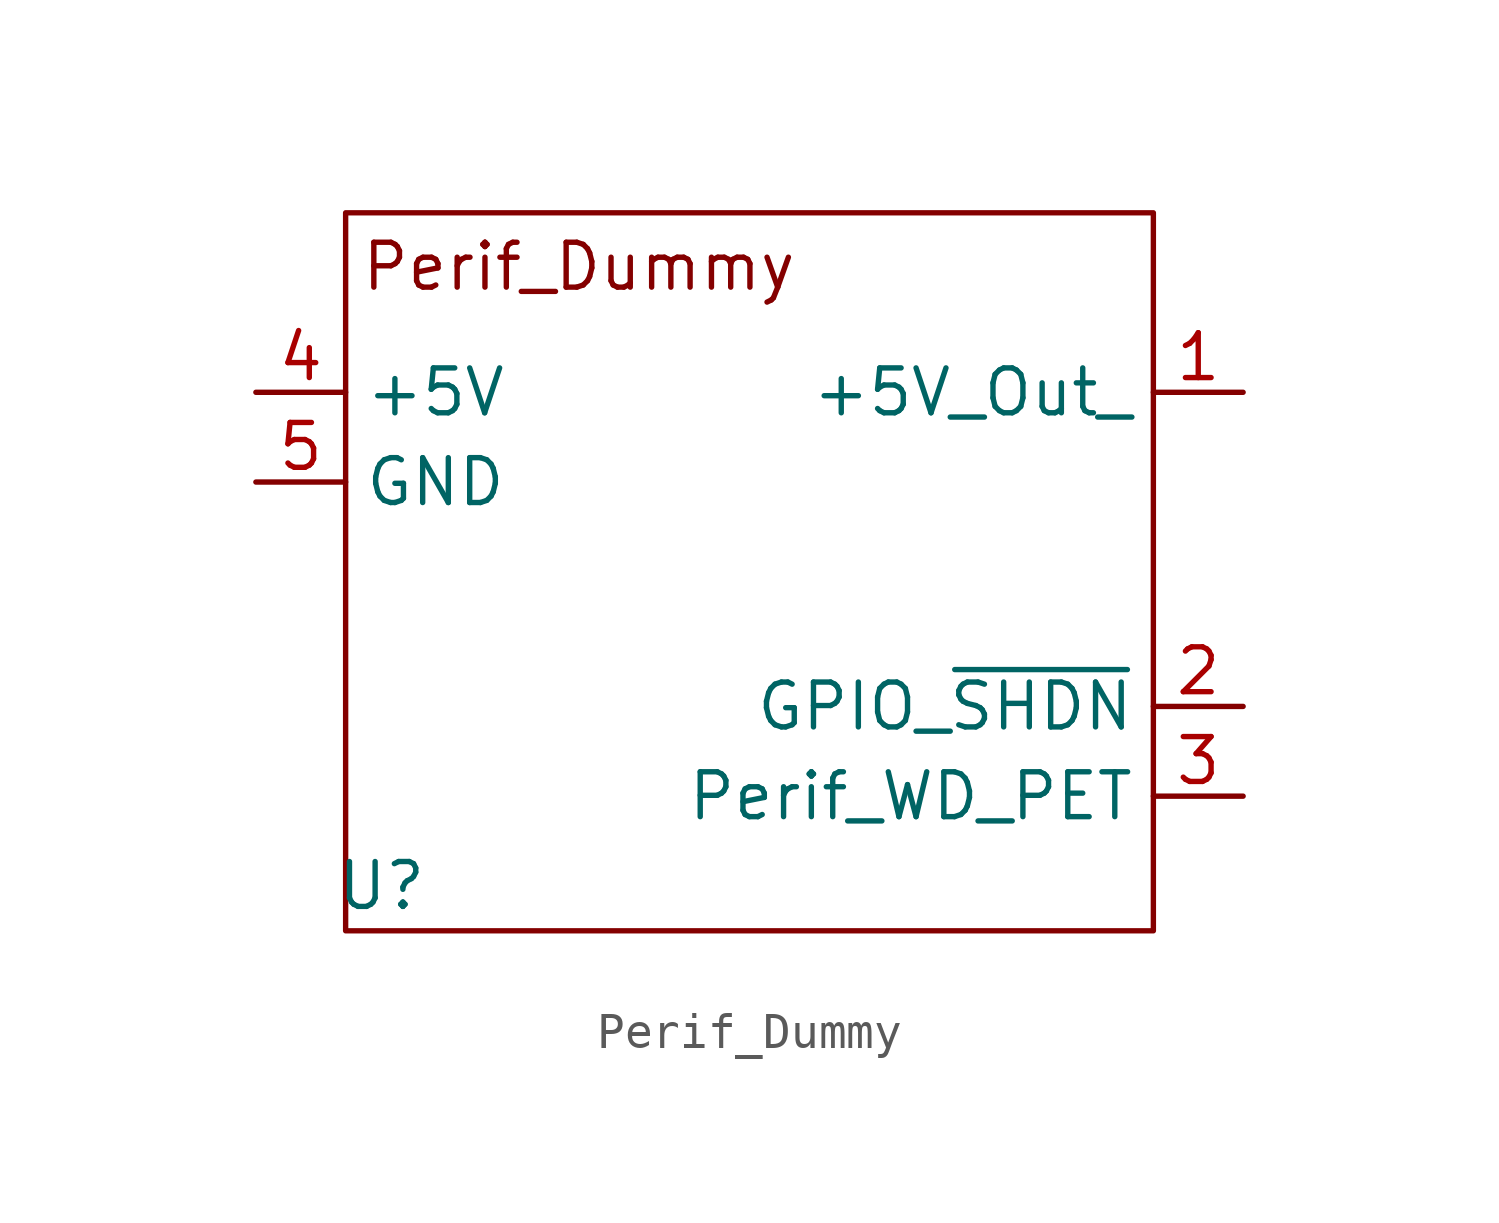
<source format=kicad_sym>
(kicad_symbol_lib
  (version 20241209)
  (generator "kicad_symbol_editor")
  (generator_version "9.0")
  (symbol "Perif_Dummy"
    (property "Reference" "U"
      (at -10.414 -8.89 0)
      (effects (font (size 1.27 1.27))))
    (property "Value" ""
      (at 0 0 0)
      (effects (font (size 1.27 1.27))))
    (symbol "Perif_Dummy_0_1"
      (rectangle (start -11.43 10.16) (end 11.43 -10.16) (stroke (width 0) (type default)) (fill (type none))))
    (symbol "Perif_Dummy_1_1"
      (text "Perif_Dummy\n" (at -4.826 8.636 0) (effects (font (size 1.27 1.27))))
      (pin power_in line (at -13.97 5.08 0) (length 2.54) (name "+5V" (effects (font (size 1.27 1.27)))) (number "4" (effects (font (size 1.27 1.27)))))
      (pin power_in line (at -13.97 2.54 0) (length 2.54) (name "GND" (effects (font (size 1.27 1.27)))) (number "5" (effects (font (size 1.27 1.27)))))
      (pin power_out line (at 13.97 5.08 180) (length 2.54) (name "+5V_Out_" (effects (font (size 1.27 1.27)))) (number "1" (effects (font (size 1.27 1.27)))))
      (pin output line (at 13.97 -3.81 180) (length 2.54) (name "GPIO_~{SHDN}" (effects (font (size 1.27 1.27)))) (number "2" (effects (font (size 1.27 1.27)))))
      (pin output line (at 13.97 -6.35 180) (length 2.54) (name "Perif_WD_PET" (effects (font (size 1.27 1.27)))) (number "3" (effects (font (size 1.27 1.27))))))))
</source>
